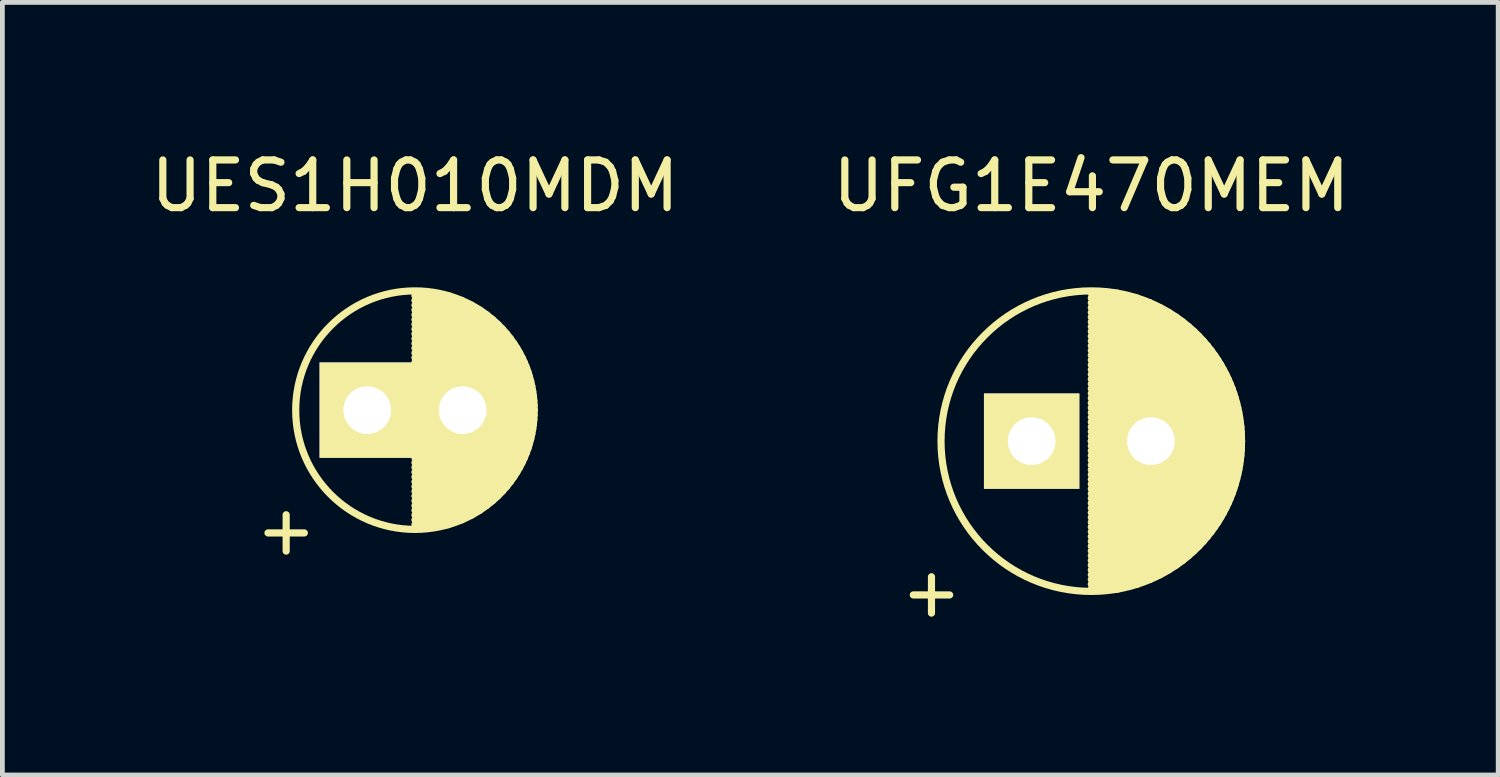
<source format=kicad_pcb>
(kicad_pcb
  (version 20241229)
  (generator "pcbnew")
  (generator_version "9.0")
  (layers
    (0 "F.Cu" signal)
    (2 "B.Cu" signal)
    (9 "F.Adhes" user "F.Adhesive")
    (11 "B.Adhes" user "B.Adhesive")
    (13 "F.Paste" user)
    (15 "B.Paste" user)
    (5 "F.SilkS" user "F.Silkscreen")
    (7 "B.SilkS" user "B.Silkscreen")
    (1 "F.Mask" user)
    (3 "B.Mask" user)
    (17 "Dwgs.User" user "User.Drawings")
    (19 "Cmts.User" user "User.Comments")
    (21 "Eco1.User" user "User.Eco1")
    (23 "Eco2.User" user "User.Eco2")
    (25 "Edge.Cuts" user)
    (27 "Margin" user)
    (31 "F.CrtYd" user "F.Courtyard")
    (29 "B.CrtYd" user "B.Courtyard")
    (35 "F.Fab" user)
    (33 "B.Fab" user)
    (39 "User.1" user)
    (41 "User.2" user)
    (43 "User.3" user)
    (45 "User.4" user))
  (footprint "UES1H010MDM"
    (layer "F.Cu")
    (at 4.649 5.548)
    (property "Reference" "UES1H010MDM" (at 1 -4.7 0) (layer "F.SilkS") (effects (font (size 1 1) (thickness 0.15))))
    (attr through_hole)
    (fp_line (start 1 -2.4) (end 1.7 -2.4) (stroke (width 0.15) (type solid)) (layer "F.SilkS"))
    (fp_line (start 1 -2.3) (end 1.98 -2.3) (stroke (width 0.15) (type solid)) (layer "F.SilkS"))
    (fp_line (start 1 -2.2) (end 2.187 -2.2) (stroke (width 0.15) (type solid)) (layer "F.SilkS"))
    (fp_line (start 1 -2.1) (end 2.356 -2.1) (stroke (width 0.15) (type solid)) (layer "F.SilkS"))
    (fp_line (start 1 -2) (end 2.5 -2) (stroke (width 0.15) (type solid)) (layer "F.SilkS"))
    (fp_line (start 1 -1.9) (end 2.625 -1.9) (stroke (width 0.15) (type solid)) (layer "F.SilkS"))
    (fp_line (start 1 -1.8) (end 2.735 -1.8) (stroke (width 0.15) (type solid)) (layer "F.SilkS"))
    (fp_line (start 1 -1.7) (end 2.833 -1.7) (stroke (width 0.15) (type solid)) (layer "F.SilkS"))
    (fp_line (start 1 -1.6) (end 2.921 -1.6) (stroke (width 0.15) (type solid)) (layer "F.SilkS"))
    (fp_line (start 1 -1.5) (end 3 -1.5) (stroke (width 0.15) (type solid)) (layer "F.SilkS"))
    (fp_line (start 1 -1.4) (end 3.071 -1.4) (stroke (width 0.15) (type solid)) (layer "F.SilkS"))
    (fp_line (start 1 -1.3) (end 3.135 -1.3) (stroke (width 0.15) (type solid)) (layer "F.SilkS"))
    (fp_line (start 1 -1.2) (end 3.193 -1.2) (stroke (width 0.15) (type solid)) (layer "F.SilkS"))
    (fp_line (start 1 -1.1) (end 3.245 -1.1) (stroke (width 0.15) (type solid)) (layer "F.SilkS"))
    (fp_line (start 1 -1) (end 3.291 -1) (stroke (width 0.15) (type solid)) (layer "F.SilkS"))
    (fp_line (start 1 -0.9) (end 3.332 -0.9) (stroke (width 0.15) (type solid)) (layer "F.SilkS"))
    (fp_line (start 1 -0.8) (end 3.369 -0.8) (stroke (width 0.15) (type solid)) (layer "F.SilkS"))
    (fp_line (start 1 -0.7) (end 3.4 -0.7) (stroke (width 0.15) (type solid)) (layer "F.SilkS"))
    (fp_line (start 1 -0.6) (end 3.427 -0.6) (stroke (width 0.15) (type solid)) (layer "F.SilkS"))
    (fp_line (start 1 -0.5) (end 3.449 -0.5) (stroke (width 0.15) (type solid)) (layer "F.SilkS"))
    (fp_line (start 1 -0.4) (end 3.468 -0.4) (stroke (width 0.15) (type solid)) (layer "F.SilkS"))
    (fp_line (start 1 -0.3) (end 3.482 -0.3) (stroke (width 0.15) (type solid)) (layer "F.SilkS"))
    (fp_line (start 1 -0.2) (end 3.492 -0.2) (stroke (width 0.15) (type solid)) (layer "F.SilkS"))
    (fp_line (start 1 -0.1) (end 3.498 -0.1) (stroke (width 0.15) (type solid)) (layer "F.SilkS"))
    (fp_line (start 1 0) (end 3.5 0) (stroke (width 0.15) (type solid)) (layer "F.SilkS"))
    (fp_line (start 1 0) (end 3.5 0) (stroke (width 0.15) (type solid)) (layer "F.SilkS"))
    (fp_line (start 1 0.1) (end 3.498 0.1) (stroke (width 0.15) (type solid)) (layer "F.SilkS"))
    (fp_line (start 1 0.2) (end 3.492 0.2) (stroke (width 0.15) (type solid)) (layer "F.SilkS"))
    (fp_line (start 1 0.3) (end 3.482 0.3) (stroke (width 0.15) (type solid)) (layer "F.SilkS"))
    (fp_line (start 1 0.4) (end 3.468 0.4) (stroke (width 0.15) (type solid)) (layer "F.SilkS"))
    (fp_line (start 1 0.5) (end 3.449 0.5) (stroke (width 0.15) (type solid)) (layer "F.SilkS"))
    (fp_line (start 1 0.6) (end 3.427 0.6) (stroke (width 0.15) (type solid)) (layer "F.SilkS"))
    (fp_line (start 1 0.7) (end 3.4 0.7) (stroke (width 0.15) (type solid)) (layer "F.SilkS"))
    (fp_line (start 1 0.8) (end 3.369 0.8) (stroke (width 0.15) (type solid)) (layer "F.SilkS"))
    (fp_line (start 1 0.9) (end 3.332 0.9) (stroke (width 0.15) (type solid)) (layer "F.SilkS"))
    (fp_line (start 1 1) (end 3.291 1) (stroke (width 0.15) (type solid)) (layer "F.SilkS"))
    (fp_line (start 1 1.1) (end 3.245 1.1) (stroke (width 0.15) (type solid)) (layer "F.SilkS"))
    (fp_line (start 1 1.2) (end 3.193 1.2) (stroke (width 0.15) (type solid)) (layer "F.SilkS"))
    (fp_line (start 1 1.3) (end 3.135 1.3) (stroke (width 0.15) (type solid)) (layer "F.SilkS"))
    (fp_line (start 1 1.4) (end 3.071 1.4) (stroke (width 0.15) (type solid)) (layer "F.SilkS"))
    (fp_line (start 1 1.5) (end 3 1.5) (stroke (width 0.15) (type solid)) (layer "F.SilkS"))
    (fp_line (start 1 1.6) (end 2.921 1.6) (stroke (width 0.15) (type solid)) (layer "F.SilkS"))
    (fp_line (start 1 1.7) (end 2.833 1.7) (stroke (width 0.15) (type solid)) (layer "F.SilkS"))
    (fp_line (start 1 1.8) (end 2.735 1.8) (stroke (width 0.15) (type solid)) (layer "F.SilkS"))
    (fp_line (start 1 1.9) (end 2.625 1.9) (stroke (width 0.15) (type solid)) (layer "F.SilkS"))
    (fp_line (start 1 2) (end 2.5 2) (stroke (width 0.15) (type solid)) (layer "F.SilkS"))
    (fp_line (start 1 2.1) (end 2.356 2.1) (stroke (width 0.15) (type solid)) (layer "F.SilkS"))
    (fp_line (start 1 2.2) (end 2.187 2.2) (stroke (width 0.15) (type solid)) (layer "F.SilkS"))
    (fp_line (start 1 2.3) (end 1.98 2.3) (stroke (width 0.15) (type solid)) (layer "F.SilkS"))
    (fp_line (start 1 2.4) (end 1.7 2.4) (stroke (width 0.15) (type solid)) (layer "F.SilkS"))
    (fp_circle (center 1 0) (end 1 -2.5) (stroke (width 0.15) (type solid)) (fill no) (layer "F.SilkS"))
    (fp_text user "+" (at -1.7 2.5 0) (layer "F.SilkS") (effects (font (size 1 1) (thickness 0.15))))
    (pad "1" thru_hole rect (at 0 0) (size 2 2) (drill 1) (layers "*.Cu" "*.Mask" "F.SilkS"))
    (pad "2" thru_hole circle (at 2 0) (size 2 2) (drill 1) (layers "*.Cu" "*.Mask" "F.SilkS")))
  (footprint "UFG1E470MEM"
    (layer "F.Cu")
    (at 18.577 6.198)
    (property "Reference" "UFG1E470MEM" (at 1.25 -5.35 0) (layer "F.SilkS") (effects (font (size 1 1) (thickness 0.15))))
    (attr through_hole)
    (fp_line (start 1.25 -3.1) (end 1.809 -3.1) (stroke (width 0.15) (type solid)) (layer "F.SilkS"))
    (fp_line (start 1.25 -3) (end 2.21 -3) (stroke (width 0.15) (type solid)) (layer "F.SilkS"))
    (fp_line (start 1.25 -2.9) (end 2.48 -2.9) (stroke (width 0.15) (type solid)) (layer "F.SilkS"))
    (fp_line (start 1.25 -2.8) (end 2.693 -2.8) (stroke (width 0.15) (type solid)) (layer "F.SilkS"))
    (fp_line (start 1.25 -2.7) (end 2.872 -2.7) (stroke (width 0.15) (type solid)) (layer "F.SilkS"))
    (fp_line (start 1.25 -2.6) (end 3.028 -2.6) (stroke (width 0.15) (type solid)) (layer "F.SilkS"))
    (fp_line (start 1.25 -2.5) (end 3.166 -2.5) (stroke (width 0.15) (type solid)) (layer "F.SilkS"))
    (fp_line (start 1.25 -2.4) (end 3.29 -2.4) (stroke (width 0.15) (type solid)) (layer "F.SilkS"))
    (fp_line (start 1.25 -2.3) (end 3.402 -2.3) (stroke (width 0.15) (type solid)) (layer "F.SilkS"))
    (fp_line (start 1.25 -2.2) (end 3.504 -2.2) (stroke (width 0.15) (type solid)) (layer "F.SilkS"))
    (fp_line (start 1.25 -2.1) (end 3.598 -2.1) (stroke (width 0.15) (type solid)) (layer "F.SilkS"))
    (fp_line (start 1.25 -2) (end 3.684 -2) (stroke (width 0.15) (type solid)) (layer "F.SilkS"))
    (fp_line (start 1.25 -1.9) (end 3.762 -1.9) (stroke (width 0.15) (type solid)) (layer "F.SilkS"))
    (fp_line (start 1.25 -1.8) (end 3.835 -1.8) (stroke (width 0.15) (type solid)) (layer "F.SilkS"))
    (fp_line (start 1.25 -1.7) (end 3.902 -1.7) (stroke (width 0.15) (type solid)) (layer "F.SilkS"))
    (fp_line (start 1.25 -1.6) (end 3.963 -1.6) (stroke (width 0.15) (type solid)) (layer "F.SilkS"))
    (fp_line (start 1.25 -1.5) (end 4.02 -1.5) (stroke (width 0.15) (type solid)) (layer "F.SilkS"))
    (fp_line (start 1.25 -1.4) (end 4.072 -1.4) (stroke (width 0.15) (type solid)) (layer "F.SilkS"))
    (fp_line (start 1.25 -1.3) (end 4.119 -1.3) (stroke (width 0.15) (type solid)) (layer "F.SilkS"))
    (fp_line (start 1.25 -1.2) (end 4.162 -1.2) (stroke (width 0.15) (type solid)) (layer "F.SilkS"))
    (fp_line (start 1.25 -1.1) (end 4.202 -1.1) (stroke (width 0.15) (type solid)) (layer "F.SilkS"))
    (fp_line (start 1.25 -1) (end 4.237 -1) (stroke (width 0.15) (type solid)) (layer "F.SilkS"))
    (fp_line (start 1.25 -0.9) (end 4.269 -0.9) (stroke (width 0.15) (type solid)) (layer "F.SilkS"))
    (fp_line (start 1.25 -0.8) (end 4.297 -0.8) (stroke (width 0.15) (type solid)) (layer "F.SilkS"))
    (fp_line (start 1.25 -0.7) (end 4.321 -0.7) (stroke (width 0.15) (type solid)) (layer "F.SilkS"))
    (fp_line (start 1.25 -0.6) (end 4.342 -0.6) (stroke (width 0.15) (type solid)) (layer "F.SilkS"))
    (fp_line (start 1.25 -0.5) (end 4.36 -0.5) (stroke (width 0.15) (type solid)) (layer "F.SilkS"))
    (fp_line (start 1.25 -0.4) (end 4.375 -0.4) (stroke (width 0.15) (type solid)) (layer "F.SilkS"))
    (fp_line (start 1.25 -0.3) (end 4.386 -0.3) (stroke (width 0.15) (type solid)) (layer "F.SilkS"))
    (fp_line (start 1.25 -0.2) (end 4.394 -0.2) (stroke (width 0.15) (type solid)) (layer "F.SilkS"))
    (fp_line (start 1.25 -0.1) (end 4.398 -0.1) (stroke (width 0.15) (type solid)) (layer "F.SilkS"))
    (fp_line (start 1.25 0) (end 4.4 0) (stroke (width 0.15) (type solid)) (layer "F.SilkS"))
    (fp_line (start 1.25 0) (end 4.4 0) (stroke (width 0.15) (type solid)) (layer "F.SilkS"))
    (fp_line (start 1.25 0.1) (end 4.398 0.1) (stroke (width 0.15) (type solid)) (layer "F.SilkS"))
    (fp_line (start 1.25 0.2) (end 4.394 0.2) (stroke (width 0.15) (type solid)) (layer "F.SilkS"))
    (fp_line (start 1.25 0.3) (end 4.386 0.3) (stroke (width 0.15) (type solid)) (layer "F.SilkS"))
    (fp_line (start 1.25 0.4) (end 4.375 0.4) (stroke (width 0.15) (type solid)) (layer "F.SilkS"))
    (fp_line (start 1.25 0.5) (end 4.36 0.5) (stroke (width 0.15) (type solid)) (layer "F.SilkS"))
    (fp_line (start 1.25 0.6) (end 4.342 0.6) (stroke (width 0.15) (type solid)) (layer "F.SilkS"))
    (fp_line (start 1.25 0.7) (end 4.321 0.7) (stroke (width 0.15) (type solid)) (layer "F.SilkS"))
    (fp_line (start 1.25 0.8) (end 4.297 0.8) (stroke (width 0.15) (type solid)) (layer "F.SilkS"))
    (fp_line (start 1.25 0.9) (end 4.269 0.9) (stroke (width 0.15) (type solid)) (layer "F.SilkS"))
    (fp_line (start 1.25 1) (end 4.237 1) (stroke (width 0.15) (type solid)) (layer "F.SilkS"))
    (fp_line (start 1.25 1.1) (end 4.202 1.1) (stroke (width 0.15) (type solid)) (layer "F.SilkS"))
    (fp_line (start 1.25 1.2) (end 4.162 1.2) (stroke (width 0.15) (type solid)) (layer "F.SilkS"))
    (fp_line (start 1.25 1.3) (end 4.119 1.3) (stroke (width 0.15) (type solid)) (layer "F.SilkS"))
    (fp_line (start 1.25 1.4) (end 4.072 1.4) (stroke (width 0.15) (type solid)) (layer "F.SilkS"))
    (fp_line (start 1.25 1.5) (end 4.02 1.5) (stroke (width 0.15) (type solid)) (layer "F.SilkS"))
    (fp_line (start 1.25 1.6) (end 3.963 1.6) (stroke (width 0.15) (type solid)) (layer "F.SilkS"))
    (fp_line (start 1.25 1.7) (end 3.902 1.7) (stroke (width 0.15) (type solid)) (layer "F.SilkS"))
    (fp_line (start 1.25 1.8) (end 3.835 1.8) (stroke (width 0.15) (type solid)) (layer "F.SilkS"))
    (fp_line (start 1.25 1.9) (end 3.762 1.9) (stroke (width 0.15) (type solid)) (layer "F.SilkS"))
    (fp_line (start 1.25 2) (end 3.684 2) (stroke (width 0.15) (type solid)) (layer "F.SilkS"))
    (fp_line (start 1.25 2.1) (end 3.598 2.1) (stroke (width 0.15) (type solid)) (layer "F.SilkS"))
    (fp_line (start 1.25 2.2) (end 3.504 2.2) (stroke (width 0.15) (type solid)) (layer "F.SilkS"))
    (fp_line (start 1.25 2.3) (end 3.402 2.3) (stroke (width 0.15) (type solid)) (layer "F.SilkS"))
    (fp_line (start 1.25 2.4) (end 3.29 2.4) (stroke (width 0.15) (type solid)) (layer "F.SilkS"))
    (fp_line (start 1.25 2.5) (end 3.166 2.5) (stroke (width 0.15) (type solid)) (layer "F.SilkS"))
    (fp_line (start 1.25 2.6) (end 3.028 2.6) (stroke (width 0.15) (type solid)) (layer "F.SilkS"))
    (fp_line (start 1.25 2.7) (end 2.872 2.7) (stroke (width 0.15) (type solid)) (layer "F.SilkS"))
    (fp_line (start 1.25 2.8) (end 2.693 2.8) (stroke (width 0.15) (type solid)) (layer "F.SilkS"))
    (fp_line (start 1.25 2.9) (end 2.48 2.9) (stroke (width 0.15) (type solid)) (layer "F.SilkS"))
    (fp_line (start 1.25 3) (end 2.21 3) (stroke (width 0.15) (type solid)) (layer "F.SilkS"))
    (fp_line (start 1.25 3.1) (end 1.809 3.1) (stroke (width 0.15) (type solid)) (layer "F.SilkS"))
    (fp_circle (center 1.25 0) (end 1.25 -3.15) (stroke (width 0.15) (type solid)) (fill no) (layer "F.SilkS"))
    (fp_text user "+" (at -2.1 3.15 0) (layer "F.SilkS") (effects (font (size 1 1) (thickness 0.15))))
    (pad "1" thru_hole rect (at 0 0) (size 2 2) (drill 1) (layers "*.Cu" "*.Mask" "F.SilkS"))
    (pad "2" thru_hole circle (at 2.5 0) (size 2 2) (drill 1) (layers "*.Cu" "*.Mask" "F.SilkS")))
  (gr_rect
    (start -3 -3)
    (end 28.357 13.197)
    (stroke (width 0.1) (type default))
    (fill no)
    (layer "Edge.Cuts")))
</source>
